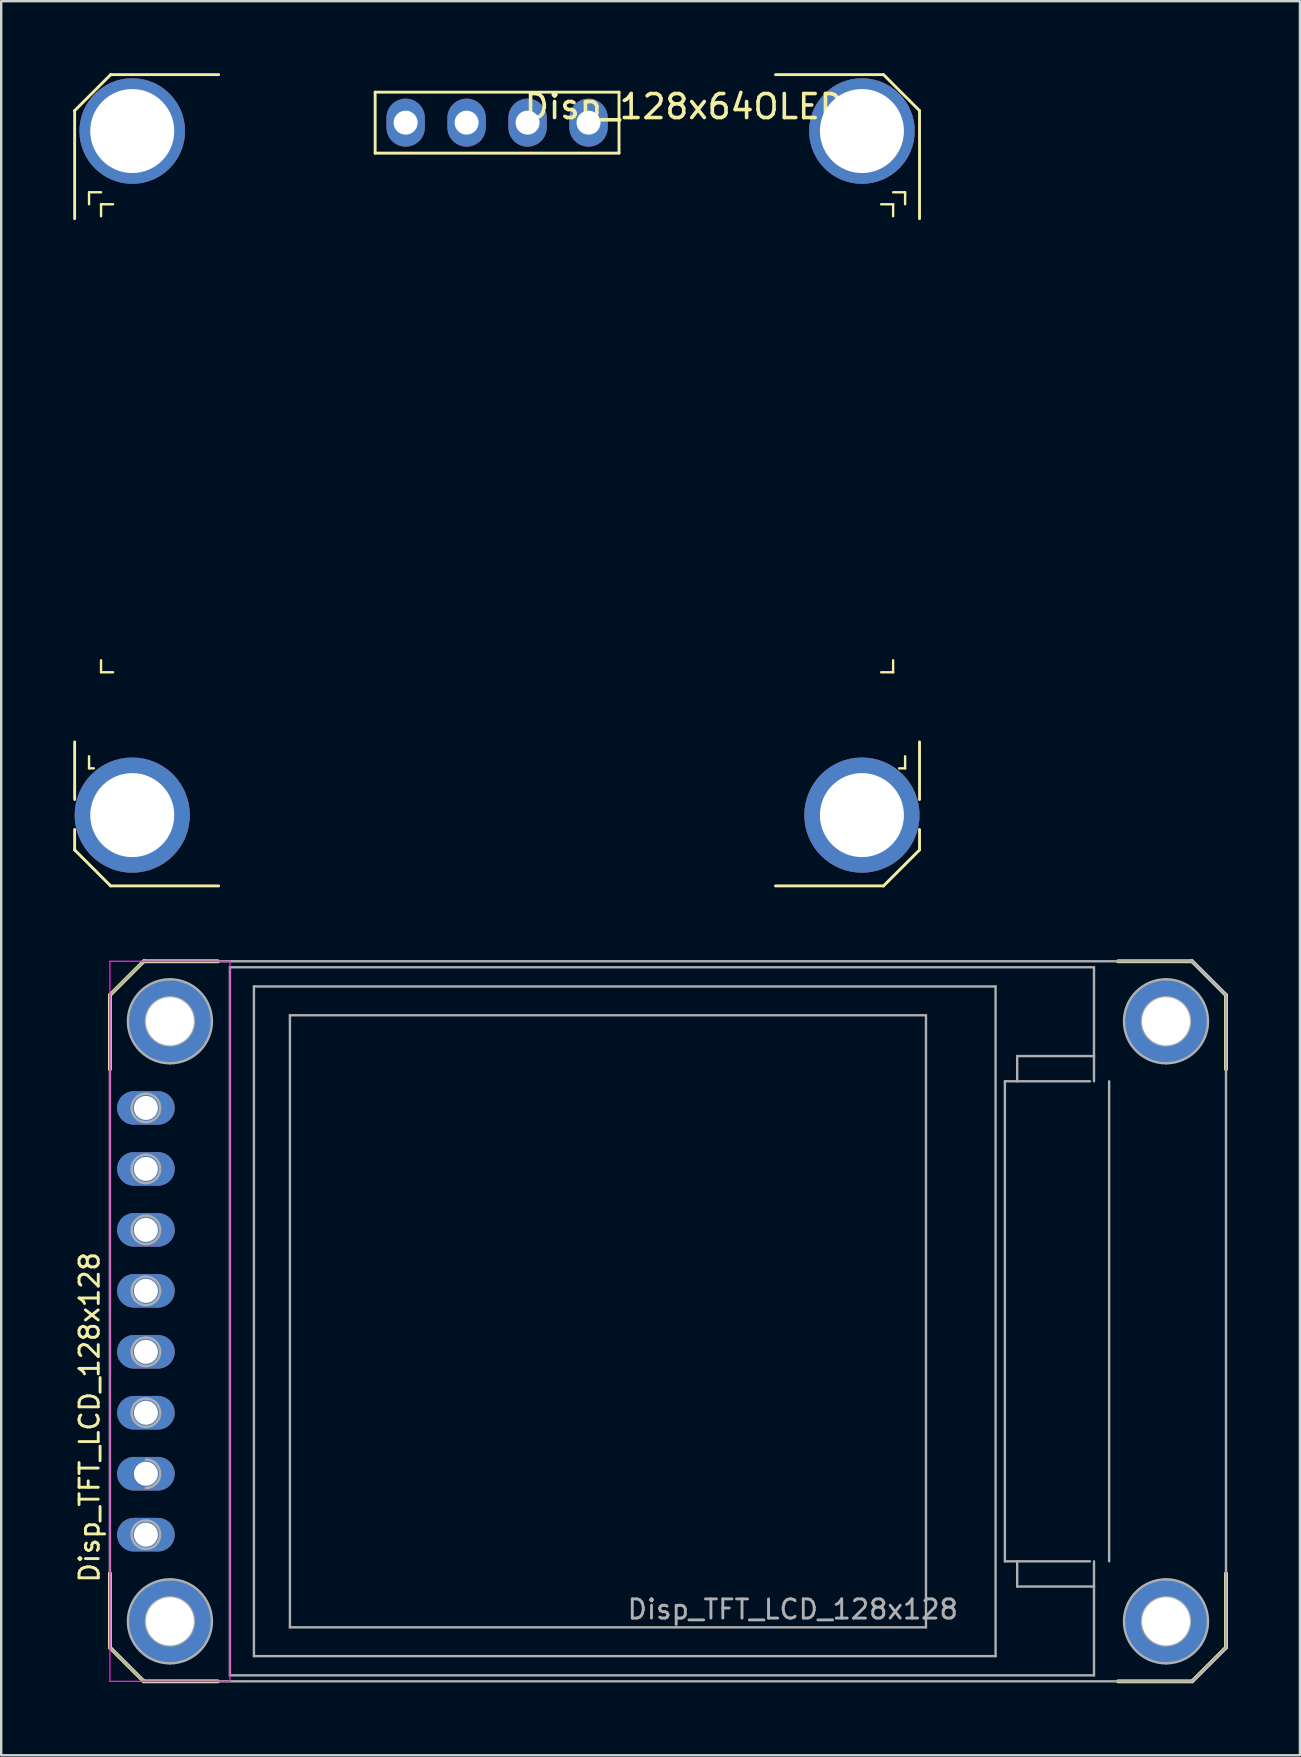
<source format=kicad_pcb>
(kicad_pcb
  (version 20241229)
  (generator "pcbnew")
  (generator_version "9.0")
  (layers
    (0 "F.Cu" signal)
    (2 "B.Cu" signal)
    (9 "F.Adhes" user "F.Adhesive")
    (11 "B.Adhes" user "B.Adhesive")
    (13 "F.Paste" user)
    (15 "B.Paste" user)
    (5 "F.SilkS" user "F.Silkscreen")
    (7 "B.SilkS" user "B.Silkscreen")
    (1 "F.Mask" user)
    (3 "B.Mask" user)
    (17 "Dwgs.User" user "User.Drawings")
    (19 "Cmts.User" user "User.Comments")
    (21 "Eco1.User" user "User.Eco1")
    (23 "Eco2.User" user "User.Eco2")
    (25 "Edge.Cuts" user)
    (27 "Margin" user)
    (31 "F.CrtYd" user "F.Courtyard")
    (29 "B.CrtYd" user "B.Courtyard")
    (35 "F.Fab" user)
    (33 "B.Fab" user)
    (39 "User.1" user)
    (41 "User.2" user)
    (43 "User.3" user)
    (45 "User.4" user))
  (footprint "Disp_128x64OLED"
    (layer "F.Cu")
    (at 17.66 16.96)
    (property "Reference" "Disp_128x64OLED" (at 7.8 -15.568 0) (layer "F.SilkS") (effects (font (size 1 1) (thickness 0.15))))
    (attr through_hole)
    (fp_line (start -17.6 -15.4) (end -17.6 -10.9) (stroke (width 0.12) (type solid)) (layer "F.SilkS"))
    (fp_line (start -17.6 13.3) (end -17.6 10.9) (stroke (width 0.12) (type solid)) (layer "F.SilkS"))
    (fp_line (start -17.6 15.4) (end -17.6 14.55) (stroke (width 0.12) (type solid)) (layer "F.SilkS"))
    (fp_line (start -17.6 15.4) (end -16.1 16.9) (stroke (width 0.12) (type solid)) (layer "F.SilkS"))
    (fp_line (start -17 -12) (end -17 -11.5) (stroke (width 0.1) (type default)) (layer "F.SilkS"))
    (fp_line (start -17 -12) (end -16.5 -12) (stroke (width 0.1) (type default)) (layer "F.SilkS"))
    (fp_line (start -17 12) (end -17 11.5) (stroke (width 0.1) (type default)) (layer "F.SilkS"))
    (fp_line (start -17 12) (end -16.8 12) (stroke (width 0.1) (type default)) (layer "F.SilkS"))
    (fp_line (start -16.5 -11.5) (end -16.5 -11) (stroke (width 0.1) (type default)) (layer "F.SilkS"))
    (fp_line (start -16.5 -11.5) (end -16 -11.5) (stroke (width 0.1) (type default)) (layer "F.SilkS"))
    (fp_line (start -16.5 8) (end -16.5 7.5) (stroke (width 0.1) (type default)) (layer "F.SilkS"))
    (fp_line (start -16.5 8) (end -16 8) (stroke (width 0.1) (type default)) (layer "F.SilkS"))
    (fp_line (start -16.1 -16.9) (end -17.6 -15.4) (stroke (width 0.12) (type solid)) (layer "F.SilkS"))
    (fp_line (start -16.1 -16.9) (end -11.6 -16.9) (stroke (width 0.12) (type solid)) (layer "F.SilkS"))
    (fp_line (start -16.1 16.9) (end -11.6 16.9) (stroke (width 0.12) (type solid)) (layer "F.SilkS"))
    (fp_line (start -5.08 -16.17) (end -5.08 -13.63) (stroke (width 0.12) (type solid)) (layer "F.SilkS"))
    (fp_line (start 5.08 -16.17) (end -5.08 -16.17) (stroke (width 0.12) (type solid)) (layer "F.SilkS"))
    (fp_line (start 5.08 -16.17) (end 5.08 -13.63) (stroke (width 0.12) (type solid)) (layer "F.SilkS"))
    (fp_line (start 5.08 -13.63) (end -5.08 -13.63) (stroke (width 0.12) (type solid)) (layer "F.SilkS"))
    (fp_line (start 16.1 -16.9) (end 11.6 -16.9) (stroke (width 0.12) (type solid)) (layer "F.SilkS"))
    (fp_line (start 16.1 -16.9) (end 17.6 -15.4) (stroke (width 0.12) (type solid)) (layer "F.SilkS"))
    (fp_line (start 16.1 16.9) (end 11.6 16.9) (stroke (width 0.12) (type solid)) (layer "F.SilkS"))
    (fp_line (start 16.5 -11.5) (end 16 -11.5) (stroke (width 0.1) (type default)) (layer "F.SilkS"))
    (fp_line (start 16.5 -11.5) (end 16.5 -11) (stroke (width 0.1) (type default)) (layer "F.SilkS"))
    (fp_line (start 16.5 7.5) (end 16.5 8) (stroke (width 0.1) (type default)) (layer "F.SilkS"))
    (fp_line (start 16.5 8) (end 16 8) (stroke (width 0.1) (type default)) (layer "F.SilkS"))
    (fp_line (start 17 -12) (end 16.5 -12) (stroke (width 0.1) (type default)) (layer "F.SilkS"))
    (fp_line (start 17 -12) (end 17 -11.5) (stroke (width 0.1) (type default)) (layer "F.SilkS"))
    (fp_line (start 17 12) (end 16.75 12) (stroke (width 0.1) (type default)) (layer "F.SilkS"))
    (fp_line (start 17 12) (end 17 11.5) (stroke (width 0.1) (type default)) (layer "F.SilkS"))
    (fp_line (start 17.6 -15.4) (end 17.6 -10.9) (stroke (width 0.12) (type solid)) (layer "F.SilkS"))
    (fp_line (start 17.6 13.3) (end 17.6 10.9) (stroke (width 0.12) (type solid)) (layer "F.SilkS"))
    (fp_line (start 17.6 15.4) (end 16.1 16.9) (stroke (width 0.12) (type solid)) (layer "F.SilkS"))
    (fp_line (start 17.6 15.4) (end 17.6 14.55) (stroke (width 0.12) (type solid)) (layer "F.SilkS"))
    (pad "" thru_hole circle (at -15.2 -14.55 90) (size 4.4 4.4) (drill 3.5) (layers "*.Cu" "*.Mask"))
    (pad "" thru_hole circle (at -15.2 13.95 90) (size 4.8 4.8) (drill 3.5) (layers "*.Cu" "*.Mask"))
    (pad "" thru_hole circle (at 15.2 -14.55 90) (size 4.4 4.4) (drill 3.5) (layers "*.Cu" "*.Mask"))
    (pad "" thru_hole circle (at 15.2 13.95 90) (size 4.8 4.8) (drill 3.5) (layers "*.Cu" "*.Mask"))
    (pad "1" thru_hole oval (at -3.81 -14.9 90) (size 2 1.6) (drill 1) (layers "*.Cu" "*.Mask"))
    (pad "2" thru_hole oval (at -1.27 -14.9 90) (size 2 1.6) (drill 1) (layers "*.Cu" "*.Mask"))
    (pad "3" thru_hole oval (at 1.27 -14.9 90) (size 2 1.6) (drill 1) (layers "*.Cu" "*.Mask"))
    (pad "4" thru_hole oval (at 3.81 -14.9 90) (size 2 1.6) (drill 1) (layers "*.Cu" "*.Mask")))
  (footprint "Disp_TFT_LCD_128x128"
    (layer "F.Cu")
    (at 24.529 52)
    (property "Reference" "Disp_TFT_LCD_128x128" (at -23.85 4 270) (layer "F.SilkS") (effects (font (size 0.8 0.8) (thickness 0.12))))
    (attr through_hole)
    (fp_line (start -23 -13.59) (end -23 -10.5) (stroke (width 0.16) (type solid)) (layer "F.SilkS"))
    (fp_line (start -23 13.59) (end -23 10.5) (stroke (width 0.16) (type solid)) (layer "F.SilkS"))
    (fp_line (start -23 13.59) (end -21.59 15) (stroke (width 0.16) (type solid)) (layer "F.SilkS"))
    (fp_line (start -21.59 -15) (end -23 -13.59) (stroke (width 0.16) (type solid)) (layer "F.SilkS"))
    (fp_line (start -21.59 -15) (end -18.5 -15) (stroke (width 0.16) (type solid)) (layer "F.SilkS"))
    (fp_line (start -21.59 15) (end -18.5 15) (stroke (width 0.16) (type solid)) (layer "F.SilkS"))
    (fp_line (start 19 -15) (end 22.09 -15) (stroke (width 0.16) (type solid)) (layer "F.SilkS"))
    (fp_line (start 19 15) (end 22.09 15) (stroke (width 0.16) (type solid)) (layer "F.SilkS"))
    (fp_line (start 22.09 15) (end 23.5 13.59) (stroke (width 0.16) (type solid)) (layer "F.SilkS"))
    (fp_line (start 23.5 -13.59) (end 22.09 -15) (stroke (width 0.16) (type solid)) (layer "F.SilkS"))
    (fp_line (start 23.5 -10.5) (end 23.5 -13.59) (stroke (width 0.16) (type solid)) (layer "F.SilkS"))
    (fp_line (start 23.5 10.5) (end 23.5 13.59) (stroke (width 0.16) (type solid)) (layer "F.SilkS"))
    (fp_line (start -23 -15) (end -23 15) (stroke (width 0.05) (type solid)) (layer "F.CrtYd"))
    (fp_line (start -23 15) (end -18 15) (stroke (width 0.05) (type solid)) (layer "F.CrtYd"))
    (fp_line (start -18 -15) (end -23 -15) (stroke (width 0.05) (type solid)) (layer "F.CrtYd"))
    (fp_line (start -18 15) (end -18 -15) (stroke (width 0.05) (type solid)) (layer "F.CrtYd"))
    (fp_line (start -23 -13.59) (end -23 13.59) (stroke (width 0.1) (type solid)) (layer "F.Fab"))
    (fp_line (start -23 13.59) (end -21.59 15) (stroke (width 0.1) (type solid)) (layer "F.Fab"))
    (fp_line (start -21.59 -15) (end -23 -13.59) (stroke (width 0.1) (type solid)) (layer "F.Fab"))
    (fp_line (start -21.59 15) (end 22.09 15) (stroke (width 0.1) (type solid)) (layer "F.Fab"))
    (fp_line (start -18 -14.75) (end -18 14.75) (stroke (width 0.1) (type solid)) (layer "F.Fab"))
    (fp_line (start -18 14.75) (end 18 14.75) (stroke (width 0.1) (type solid)) (layer "F.Fab"))
    (fp_line (start -17 -13.95) (end -17 13.95) (stroke (width 0.1) (type solid)) (layer "F.Fab"))
    (fp_line (start -17 13.95) (end 13.9 13.95) (stroke (width 0.1) (type solid)) (layer "F.Fab"))
    (fp_line (start -15.5 -12.75) (end 11 -12.75) (stroke (width 0.1) (type solid)) (layer "F.Fab"))
    (fp_line (start -15.5 12.75) (end -15.5 -12.75) (stroke (width 0.1) (type solid)) (layer "F.Fab"))
    (fp_line (start 11 -12.75) (end 11 12.75) (stroke (width 0.1) (type solid)) (layer "F.Fab"))
    (fp_line (start 11 12.75) (end -15.5 12.75) (stroke (width 0.1) (type solid)) (layer "F.Fab"))
    (fp_line (start 13.9 -13.95) (end -17 -13.95) (stroke (width 0.1) (type solid)) (layer "F.Fab"))
    (fp_line (start 13.9 13.95) (end 13.9 -13.95) (stroke (width 0.1) (type solid)) (layer "F.Fab"))
    (fp_line (start 14.288 -10) (end 14.288 10) (stroke (width 0.1) (type solid)) (layer "F.Fab"))
    (fp_line (start 14.288 10) (end 17.831 10) (stroke (width 0.1) (type solid)) (layer "F.Fab"))
    (fp_line (start 14.8 -10) (end 14.8 -11.05) (stroke (width 0.1) (type solid)) (layer "F.Fab"))
    (fp_line (start 14.8 11.05) (end 14.8 10) (stroke (width 0.1) (type solid)) (layer "F.Fab"))
    (fp_line (start 14.8 11.05) (end 18 11.05) (stroke (width 0.1) (type solid)) (layer "F.Fab"))
    (fp_line (start 17.831 -10) (end 14.288 -10) (stroke (width 0.1) (type solid)) (layer "F.Fab"))
    (fp_line (start 18 -14.75) (end -18 -14.75) (stroke (width 0.1) (type solid)) (layer "F.Fab"))
    (fp_line (start 18 -11.05) (end 14.8 -11.05) (stroke (width 0.1) (type solid)) (layer "F.Fab"))
    (fp_line (start 18 -11.05) (end 18 -14.75) (stroke (width 0.1) (type solid)) (layer "F.Fab"))
    (fp_line (start 18 -10) (end 18 -11.05) (stroke (width 0.1) (type solid)) (layer "F.Fab"))
    (fp_line (start 18 11.05) (end 18 10) (stroke (width 0.1) (type solid)) (layer "F.Fab"))
    (fp_line (start 18 14.75) (end 18 11.05) (stroke (width 0.1) (type solid)) (layer "F.Fab"))
    (fp_line (start 18.631 -10) (end 18.631 10) (stroke (width 0.1) (type solid)) (layer "F.Fab"))
    (fp_line (start 22.09 -15) (end -21.59 -15) (stroke (width 0.1) (type solid)) (layer "F.Fab"))
    (fp_line (start 22.09 15) (end 23.5 13.59) (stroke (width 0.1) (type solid)) (layer "F.Fab"))
    (fp_line (start 23.5 -13.59) (end 22.09 -15) (stroke (width 0.1) (type solid)) (layer "F.Fab"))
    (fp_line (start 23.5 13.59) (end 23.5 -13.59) (stroke (width 0.1) (type solid)) (layer "F.Fab"))
    (fp_arc (start -21.5 -9.48415) (mid -20.90585 -8.89) (end -21.5 -8.29585) (stroke (width 0.1) (type solid)) (layer "F.Fab"))
    (fp_arc (start -21.5 -8.29585) (mid -22.09415 -8.89) (end -21.5 -9.48415) (stroke (width 0.1) (type solid)) (layer "F.Fab"))
    (fp_arc (start -21.5 -6.94415) (mid -20.90585 -6.35) (end -21.5 -5.75585) (stroke (width 0.1) (type solid)) (layer "F.Fab"))
    (fp_arc (start -21.5 -5.75585) (mid -22.09415 -6.35) (end -21.5 -6.94415) (stroke (width 0.1) (type solid)) (layer "F.Fab"))
    (fp_arc (start -21.5 -4.40415) (mid -20.90585 -3.81) (end -21.5 -3.21585) (stroke (width 0.1) (type solid)) (layer "F.Fab"))
    (fp_arc (start -21.5 -3.21585) (mid -22.09415 -3.81) (end -21.5 -4.40415) (stroke (width 0.1) (type solid)) (layer "F.Fab"))
    (fp_arc (start -21.5 -1.86415) (mid -20.90585 -1.27) (end -21.5 -0.67585) (stroke (width 0.1) (type solid)) (layer "F.Fab"))
    (fp_arc (start -21.5 -0.67585) (mid -22.09415 -1.27) (end -21.5 -1.86415) (stroke (width 0.1) (type solid)) (layer "F.Fab"))
    (fp_arc (start -21.5 0.67585) (mid -20.90585 1.27) (end -21.5 1.86415) (stroke (width 0.1) (type solid)) (layer "F.Fab"))
    (fp_arc (start -21.5 1.86415) (mid -22.09415 1.27) (end -21.5 0.67585) (stroke (width 0.1) (type solid)) (layer "F.Fab"))
    (fp_arc (start -21.5 3.21585) (mid -20.90585 3.81) (end -21.5 4.40415) (stroke (width 0.1) (type solid)) (layer "F.Fab"))
    (fp_arc (start -21.5 4.40415) (mid -22.09415 3.81) (end -21.5 3.21585) (stroke (width 0.1) (type solid)) (layer "F.Fab"))
    (fp_arc (start -21.5 5.75585) (mid -20.90585 6.35) (end -21.5 6.94415) (stroke (width 0.1) (type solid)) (layer "F.Fab"))
    (fp_arc (start -21.5 8.29585) (mid -20.90585 8.89) (end -21.5 9.48415) (stroke (width 0.1) (type solid)) (layer "F.Fab"))
    (fp_arc (start -21.5 9.48415) (mid -22.09415 8.89) (end -21.5 8.29585) (stroke (width 0.1) (type solid)) (layer "F.Fab"))
    (fp_arc (start -20.5 -14.25) (mid -18.75 -12.5) (end -20.5 -10.75) (stroke (width 0.1) (type solid)) (layer "F.Fab"))
    (fp_arc (start -20.5 -13.5) (mid -19.5 -12.5) (end -20.5 -11.5) (stroke (width 0.1) (type solid)) (layer "F.Fab"))
    (fp_arc (start -20.5 -11.5) (mid -21.5 -12.5) (end -20.5 -13.5) (stroke (width 0.1) (type solid)) (layer "F.Fab"))
    (fp_arc (start -20.5 -10.75) (mid -22.25 -12.5) (end -20.5 -14.25) (stroke (width 0.1) (type solid)) (layer "F.Fab"))
    (fp_arc (start -20.5 10.75) (mid -18.75 12.5) (end -20.5 14.25) (stroke (width 0.1) (type solid)) (layer "F.Fab"))
    (fp_arc (start -20.5 11.5) (mid -19.5 12.5) (end -20.5 13.5) (stroke (width 0.1) (type solid)) (layer "F.Fab"))
    (fp_arc (start -20.5 13.5) (mid -21.5 12.5) (end -20.5 11.5) (stroke (width 0.1) (type solid)) (layer "F.Fab"))
    (fp_arc (start -20.5 14.25) (mid -22.25 12.5) (end -20.5 10.75) (stroke (width 0.1) (type solid)) (layer "F.Fab"))
    (fp_arc (start 21 -14.25) (mid 22.75 -12.5) (end 21 -10.75) (stroke (width 0.1) (type solid)) (layer "F.Fab"))
    (fp_arc (start 21 -13.5) (mid 22 -12.5) (end 21 -11.5) (stroke (width 0.1) (type solid)) (layer "F.Fab"))
    (fp_arc (start 21 -11.5) (mid 20 -12.5) (end 21 -13.5) (stroke (width 0.1) (type solid)) (layer "F.Fab"))
    (fp_arc (start 21 -10.75) (mid 19.25 -12.5) (end 21 -14.25) (stroke (width 0.1) (type solid)) (layer "F.Fab"))
    (fp_arc (start 21 10.75) (mid 22.75 12.5) (end 21 14.25) (stroke (width 0.1) (type solid)) (layer "F.Fab"))
    (fp_arc (start 21 11.5) (mid 22 12.5) (end 21 13.5) (stroke (width 0.1) (type solid)) (layer "F.Fab"))
    (fp_arc (start 21 13.5) (mid 20 12.5) (end 21 11.5) (stroke (width 0.1) (type solid)) (layer "F.Fab"))
    (fp_arc (start 21 14.25) (mid 19.25 12.5) (end 21 10.75) (stroke (width 0.1) (type solid)) (layer "F.Fab"))
    (fp_text user "${REFERENCE}" (at 5.45 12 180) (layer "F.Fab") (effects (font (size 0.8 0.8) (thickness 0.12))))
    (pad "" thru_hole circle (at -20.5 -12.5) (size 3.5 3.5) (drill 2) (layers "*.Cu" "*.Mask"))
    (pad "" thru_hole circle (at -20.5 12.5) (size 3.5 3.5) (drill 2) (layers "*.Cu" "*.Mask"))
    (pad "" thru_hole circle (at 21 -12.5) (size 3.5 3.5) (drill 2) (layers "*.Cu" "*.Mask"))
    (pad "" thru_hole circle (at 21 12.5) (size 3.5 3.5) (drill 2) (layers "*.Cu" "*.Mask"))
    (pad "1" thru_hole oval (at -21.5 -8.89) (size 2.4 1.4) (drill 1) (layers "*.Cu" "*.Mask"))
    (pad "2" thru_hole oval (at -21.5 -6.35) (size 2.4 1.4) (drill 1) (layers "*.Cu" "*.Mask"))
    (pad "3" thru_hole oval (at -21.5 -3.81) (size 2.4 1.4) (drill 1) (layers "*.Cu" "*.Mask"))
    (pad "4" thru_hole oval (at -21.5 -1.27) (size 2.4 1.4) (drill 1) (layers "*.Cu" "*.Mask"))
    (pad "5" thru_hole oval (at -21.5 1.27) (size 2.4 1.4) (drill 1) (layers "*.Cu" "*.Mask"))
    (pad "6" thru_hole oval (at -21.5 3.81) (size 2.4 1.4) (drill 1) (layers "*.Cu" "*.Mask"))
    (pad "7" thru_hole oval (at -21.5 6.35) (size 2.4 1.4) (drill 1) (layers "*.Cu" "*.Mask"))
    (pad "8" thru_hole oval (at -21.5 8.89) (size 2.4 1.4) (drill 1) (layers "*.Cu" "*.Mask")))
  (gr_rect
    (start -3 -3)
    (end 51.109 70.08)
    (stroke (width 0.1) (type default))
    (fill no)
    (layer "Edge.Cuts")))
</source>
